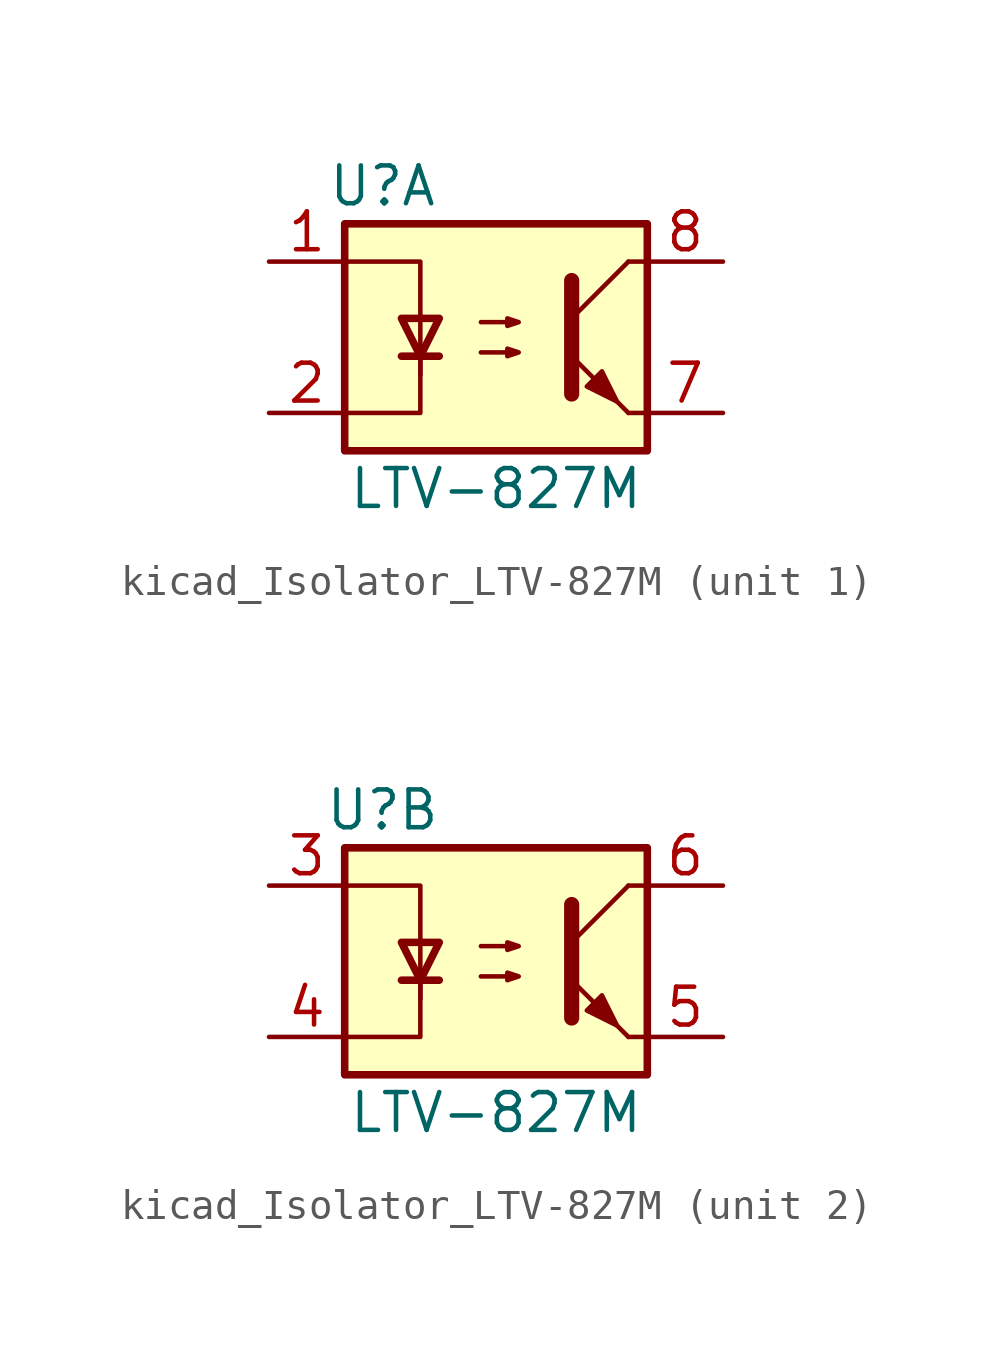
<source format=kicad_sym>
(kicad_symbol_lib
  (version 20220914)
  (generator kicad_symbol_editor)
  (symbol "kicad_Isolator_LTV-827M"
    (pin_names
      (offset 1.016))
    (property "Reference" "U"
      (at -3.81 5.08 0)
      (effects (font (size 1.27 1.27))))
    (property "Value" "LTV-827M"
      (at 0 -5.08 0)
      (effects (font (size 1.27 1.27))))
    (symbol "kicad_Isolator_LTV-827M_0_1"
      (rectangle (start -5.08 3.81) (end 5.08 -3.81) (stroke (width 0.254) (type default)) (fill (type background)))
      (polyline (pts (xy -3.175 -0.635) (xy -1.905 -0.635)) (stroke (width 0.254) (type default)) (fill (type none)))
      (polyline (pts (xy 2.54 0.635) (xy 4.445 2.54)) (stroke (width 0) (type default)) (fill (type none)))
      (polyline (pts (xy 4.445 -2.54) (xy 2.54 -0.635)) (stroke (width 0) (type default)) (fill (type outline)))
      (polyline (pts (xy 4.445 -2.54) (xy 5.08 -2.54)) (stroke (width 0) (type default)) (fill (type none)))
      (polyline (pts (xy 4.445 2.54) (xy 5.08 2.54)) (stroke (width 0) (type default)) (fill (type none)))
      (polyline (pts (xy -2.54 -0.635) (xy -2.54 -2.54) (xy -5.08 -2.54)) (stroke (width 0) (type default)) (fill (type none)))
      (polyline (pts (xy 2.54 1.905) (xy 2.54 -1.905) (xy 2.54 -1.905)) (stroke (width 0.508) (type default)) (fill (type none)))
      (polyline (pts (xy -5.08 2.54) (xy -2.54 2.54) (xy -2.54 -1.27) (xy -2.54 0.635)) (stroke (width 0) (type default)) (fill (type none)))
      (polyline (pts (xy -2.54 -0.635) (xy -3.175 0.635) (xy -1.905 0.635) (xy -2.54 -0.635)) (stroke (width 0.254) (type default)) (fill (type none)))
      (polyline (pts (xy -0.508 -0.508) (xy 0.762 -0.508) (xy 0.381 -0.635) (xy 0.381 -0.381) (xy 0.762 -0.508)) (stroke (width 0) (type default)) (fill (type none)))
      (polyline (pts (xy -0.508 0.508) (xy 0.762 0.508) (xy 0.381 0.381) (xy 0.381 0.635) (xy 0.762 0.508)) (stroke (width 0) (type default)) (fill (type none)))
      (polyline (pts (xy 3.048 -1.651) (xy 3.556 -1.143) (xy 4.064 -2.159) (xy 3.048 -1.651) (xy 3.048 -1.651)) (stroke (width 0) (type default)) (fill (type outline))))
    (symbol "kicad_Isolator_LTV-827M_1_1"
      (pin passive line (at -7.62 2.54 0) (length 2.54) (name "~" (effects (font (size 1.27 1.27)))) (number "1" (effects (font (size 1.27 1.27)))))
      (pin passive line (at -7.62 -2.54 0) (length 2.54) (name "~" (effects (font (size 1.27 1.27)))) (number "2" (effects (font (size 1.27 1.27)))))
      (pin passive line (at 7.62 -2.54 180) (length 2.54) (name "~" (effects (font (size 1.27 1.27)))) (number "7" (effects (font (size 1.27 1.27)))))
      (pin passive line (at 7.62 2.54 180) (length 2.54) (name "~" (effects (font (size 1.27 1.27)))) (number "8" (effects (font (size 1.27 1.27))))))
    (symbol "kicad_Isolator_LTV-827M_2_1"
      (pin passive line (at -7.62 2.54 0) (length 2.54) (name "~" (effects (font (size 1.27 1.27)))) (number "3" (effects (font (size 1.27 1.27)))))
      (pin passive line (at -7.62 -2.54 0) (length 2.54) (name "~" (effects (font (size 1.27 1.27)))) (number "4" (effects (font (size 1.27 1.27)))))
      (pin passive line (at 7.62 -2.54 180) (length 2.54) (name "~" (effects (font (size 1.27 1.27)))) (number "5" (effects (font (size 1.27 1.27)))))
      (pin passive line (at 7.62 2.54 180) (length 2.54) (name "~" (effects (font (size 1.27 1.27)))) (number "6" (effects (font (size 1.27 1.27))))))))
</source>
